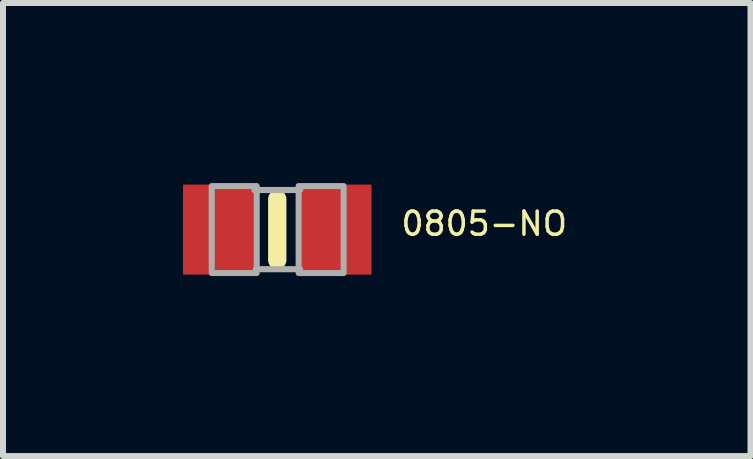
<source format=kicad_pcb>
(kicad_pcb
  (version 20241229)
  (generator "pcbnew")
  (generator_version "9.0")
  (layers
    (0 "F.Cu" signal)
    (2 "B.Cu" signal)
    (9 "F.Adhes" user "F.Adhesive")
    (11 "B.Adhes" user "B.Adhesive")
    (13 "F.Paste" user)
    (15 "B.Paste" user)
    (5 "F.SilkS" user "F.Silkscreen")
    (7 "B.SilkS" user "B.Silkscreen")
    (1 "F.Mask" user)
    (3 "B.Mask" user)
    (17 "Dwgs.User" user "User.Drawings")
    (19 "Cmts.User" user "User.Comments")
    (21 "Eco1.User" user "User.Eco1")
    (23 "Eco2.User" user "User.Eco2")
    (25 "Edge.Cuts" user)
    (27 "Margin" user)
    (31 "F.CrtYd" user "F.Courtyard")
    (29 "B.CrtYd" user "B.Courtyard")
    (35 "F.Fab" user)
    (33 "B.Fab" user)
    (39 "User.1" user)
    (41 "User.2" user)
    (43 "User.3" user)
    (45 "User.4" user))
  (footprint "0805-NO"
    (layer "F.Cu")
    (at 1.57 0.776)
    (property "Reference" "0805-NO" (at 2.032 0.127 0) (layer "F.SilkS") (effects (font (size 0.386 0.386) (thickness 0.058)) (justify left bottom)))
    (attr through_hole)
    (fp_line (start 0 -0.508) (end 0 0.508) (stroke (width 0.305) (type solid)) (layer "F.SilkS"))
    (fp_line (start -0.381 -0.66) (end 0.381 -0.66) (stroke (width 0.102) (type solid)) (layer "F.Fab"))
    (fp_line (start -0.356 0.66) (end 0.381 0.66) (stroke (width 0.102) (type solid)) (layer "F.Fab"))
    (fp_poly (pts (xy -1.092 0.724) (xy -0.342 0.724) (xy -0.342 -0.726) (xy -1.092 -0.726)) (stroke (width 0.1) (type solid)) (fill no) (layer "F.Fab"))
    (fp_poly (pts (xy 0.356 0.724) (xy 1.106 0.724) (xy 1.106 -0.726) (xy 0.356 -0.726)) (stroke (width 0.1) (type solid)) (fill no) (layer "F.Fab"))
    (pad "1" smd rect (at -0.95 0) (size 1.24 1.5) (layers "F.Cu" "F.Mask" "F.Paste"))
    (pad "2" smd rect (at 0.95 0) (size 1.24 1.5) (layers "F.Cu" "F.Mask" "F.Paste")))
  (gr_rect
    (start -3 -3)
    (end 9.456 4.55)
    (stroke (width 0.1) (type default))
    (fill no)
    (layer "Edge.Cuts")))
</source>
